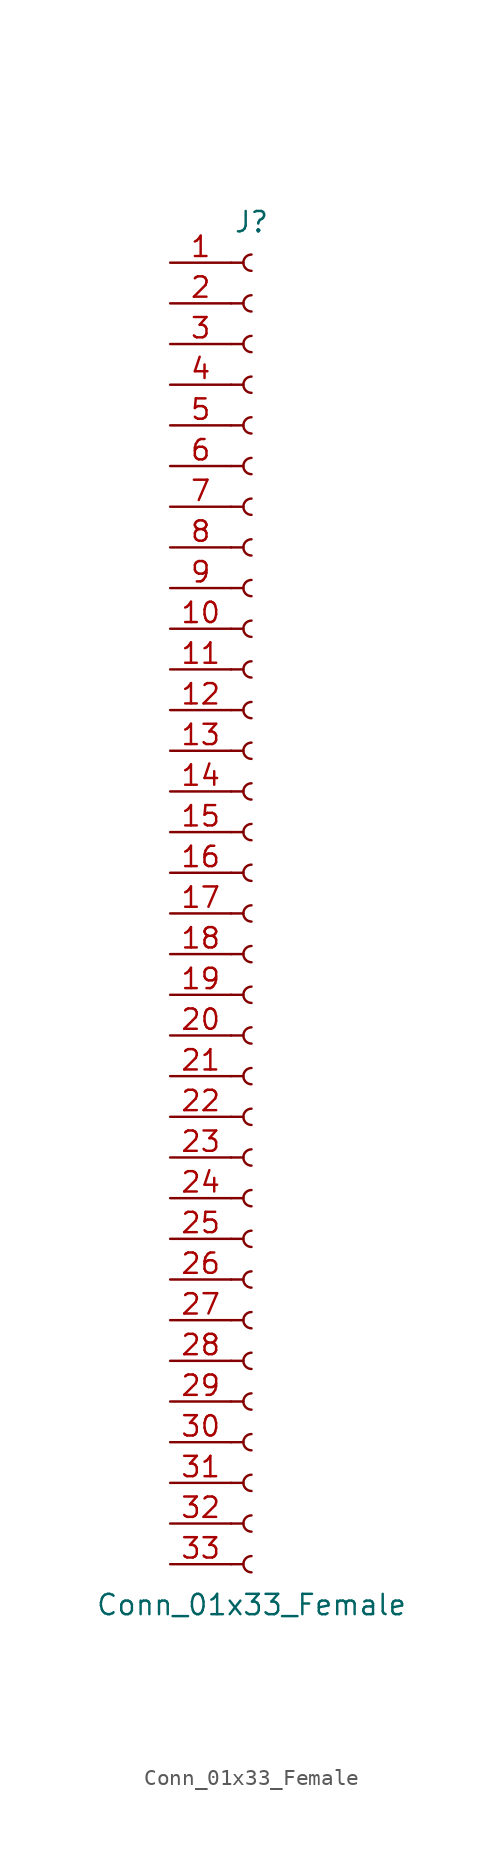
<source format=kicad_sym>
(kicad_symbol_lib
  (version 20201005)
  (generator kicad_symbol_editor)
  (symbol "Conn_01x33_Female"
    (pin_names
      (offset 1.016) hide)
    (property "Reference" "J"
      (at 0 43.18 0)
      (effects (font (size 1.27 1.27))))
    (property "Value" "Conn_01x33_Female"
      (at 0 -43.18 0)
      (effects (font (size 1.27 1.27))))
    (symbol "Conn_01x33_Female_1_1"
      (arc (start 0 -40.132) (end 0 -41.148) (radius (at 0 -40.64) (length 0.508) (angles 90.1 -90.1)) (stroke (width 0.1524)) (fill (type none)))
      (arc (start 0 -37.592) (end 0 -38.608) (radius (at 0 -38.1) (length 0.508) (angles 90.1 -90.1)) (stroke (width 0.1524)) (fill (type none)))
      (arc (start 0 -35.052) (end 0 -36.068) (radius (at 0 -35.56) (length 0.508) (angles 90.1 -90.1)) (stroke (width 0.1524)) (fill (type none)))
      (arc (start 0 -32.512) (end 0 -33.528) (radius (at 0 -33.02) (length 0.508) (angles 90.1 -90.1)) (stroke (width 0.1524)) (fill (type none)))
      (arc (start 0 -29.972) (end 0 -30.988) (radius (at 0 -30.48) (length 0.508) (angles 90.1 -90.1)) (stroke (width 0.1524)) (fill (type none)))
      (arc (start 0 -27.432) (end 0 -28.448) (radius (at 0 -27.94) (length 0.508) (angles 90.1 -90.1)) (stroke (width 0.1524)) (fill (type none)))
      (arc (start 0 -24.892) (end 0 -25.908) (radius (at 0 -25.4) (length 0.508) (angles 90.1 -90.1)) (stroke (width 0.1524)) (fill (type none)))
      (arc (start 0 -22.352) (end 0 -23.368) (radius (at 0 -22.86) (length 0.508) (angles 90.1 -90.1)) (stroke (width 0.1524)) (fill (type none)))
      (arc (start 0 -19.812) (end 0 -20.828) (radius (at 0 -20.32) (length 0.508) (angles 90.1 -90.1)) (stroke (width 0.1524)) (fill (type none)))
      (arc (start 0 -17.272) (end 0 -18.288) (radius (at 0 -17.78) (length 0.508) (angles 90.1 -90.1)) (stroke (width 0.1524)) (fill (type none)))
      (arc (start 0 -14.732) (end 0 -15.748) (radius (at 0 -15.24) (length 0.508) (angles 90.1 -90.1)) (stroke (width 0.1524)) (fill (type none)))
      (arc (start 0 -12.192) (end 0 -13.208) (radius (at 0 -12.7) (length 0.508) (angles 90.1 -90.1)) (stroke (width 0.1524)) (fill (type none)))
      (arc (start 0 -9.652) (end 0 -10.668) (radius (at 0 -10.16) (length 0.508) (angles 90.1 -90.1)) (stroke (width 0.1524)) (fill (type none)))
      (arc (start 0 -7.112) (end 0 -8.128) (radius (at 0 -7.62) (length 0.508) (angles 90.1 -90.1)) (stroke (width 0.1524)) (fill (type none)))
      (arc (start 0 -4.572) (end 0 -5.588) (radius (at 0 -5.08) (length 0.508) (angles 90.1 -90.1)) (stroke (width 0.1524)) (fill (type none)))
      (arc (start 0 -2.032) (end 0 -3.048) (radius (at 0 -2.54) (length 0.508) (angles 90.1 -90.1)) (stroke (width 0.1524)) (fill (type none)))
      (arc (start 0 0.508) (end 0 -0.508) (radius (at 0 0) (length 0.508) (angles 90.1 -90.1)) (stroke (width 0.1524)) (fill (type none)))
      (arc (start 0 3.048) (end 0 2.032) (radius (at 0 2.54) (length 0.508) (angles 90.1 -90.1)) (stroke (width 0.1524)) (fill (type none)))
      (arc (start 0 5.588) (end 0 4.572) (radius (at 0 5.08) (length 0.508) (angles 90.1 -90.1)) (stroke (width 0.1524)) (fill (type none)))
      (arc (start 0 8.128) (end 0 7.112) (radius (at 0 7.62) (length 0.508) (angles 90.1 -90.1)) (stroke (width 0.1524)) (fill (type none)))
      (arc (start 0 10.668) (end 0 9.652) (radius (at 0 10.16) (length 0.508) (angles 90.1 -90.1)) (stroke (width 0.1524)) (fill (type none)))
      (arc (start 0 13.208) (end 0 12.192) (radius (at 0 12.7) (length 0.508) (angles 90.1 -90.1)) (stroke (width 0.1524)) (fill (type none)))
      (arc (start 0 15.748) (end 0 14.732) (radius (at 0 15.24) (length 0.508) (angles 90.1 -90.1)) (stroke (width 0.1524)) (fill (type none)))
      (arc (start 0 18.288) (end 0 17.272) (radius (at 0 17.78) (length 0.508) (angles 90.1 -90.1)) (stroke (width 0.1524)) (fill (type none)))
      (arc (start 0 20.828) (end 0 19.812) (radius (at 0 20.32) (length 0.508) (angles 90.1 -90.1)) (stroke (width 0.1524)) (fill (type none)))
      (arc (start 0 23.368) (end 0 22.352) (radius (at 0 22.86) (length 0.508) (angles 90.1 -90.1)) (stroke (width 0.1524)) (fill (type none)))
      (arc (start 0 25.908) (end 0 24.892) (radius (at 0 25.4) (length 0.508) (angles 90.1 -90.1)) (stroke (width 0.1524)) (fill (type none)))
      (arc (start 0 28.448) (end 0 27.432) (radius (at 0 27.94) (length 0.508) (angles 90.1 -90.1)) (stroke (width 0.1524)) (fill (type none)))
      (arc (start 0 30.988) (end 0 29.972) (radius (at 0 30.48) (length 0.508) (angles 90.1 -90.1)) (stroke (width 0.1524)) (fill (type none)))
      (arc (start 0 33.528) (end 0 32.512) (radius (at 0 33.02) (length 0.508) (angles 90.1 -90.1)) (stroke (width 0.1524)) (fill (type none)))
      (arc (start 0 36.068) (end 0 35.052) (radius (at 0 35.56) (length 0.508) (angles 90.1 -90.1)) (stroke (width 0.1524)) (fill (type none)))
      (arc (start 0 38.608) (end 0 37.592) (radius (at 0 38.1) (length 0.508) (angles 90.1 -90.1)) (stroke (width 0.1524)) (fill (type none)))
      (arc (start 0 41.148) (end 0 40.132) (radius (at 0 40.64) (length 0.508) (angles 90.1 -90.1)) (stroke (width 0.1524)) (fill (type none)))
      (polyline (pts (xy -1.27 -40.64) (xy -0.508 -40.64)) (stroke (width 0.152)) (fill (type none)))
      (polyline (pts (xy -1.27 -38.1) (xy -0.508 -38.1)) (stroke (width 0.152)) (fill (type none)))
      (polyline (pts (xy -1.27 -35.56) (xy -0.508 -35.56)) (stroke (width 0.152)) (fill (type none)))
      (polyline (pts (xy -1.27 -33.02) (xy -0.508 -33.02)) (stroke (width 0.152)) (fill (type none)))
      (polyline (pts (xy -1.27 -30.48) (xy -0.508 -30.48)) (stroke (width 0.152)) (fill (type none)))
      (polyline (pts (xy -1.27 -27.94) (xy -0.508 -27.94)) (stroke (width 0.152)) (fill (type none)))
      (polyline (pts (xy -1.27 -25.4) (xy -0.508 -25.4)) (stroke (width 0.152)) (fill (type none)))
      (polyline (pts (xy -1.27 -22.86) (xy -0.508 -22.86)) (stroke (width 0.152)) (fill (type none)))
      (polyline (pts (xy -1.27 -20.32) (xy -0.508 -20.32)) (stroke (width 0.152)) (fill (type none)))
      (polyline (pts (xy -1.27 -17.78) (xy -0.508 -17.78)) (stroke (width 0.152)) (fill (type none)))
      (polyline (pts (xy -1.27 -15.24) (xy -0.508 -15.24)) (stroke (width 0.152)) (fill (type none)))
      (polyline (pts (xy -1.27 -12.7) (xy -0.508 -12.7)) (stroke (width 0.152)) (fill (type none)))
      (polyline (pts (xy -1.27 -10.16) (xy -0.508 -10.16)) (stroke (width 0.152)) (fill (type none)))
      (polyline (pts (xy -1.27 -7.62) (xy -0.508 -7.62)) (stroke (width 0.152)) (fill (type none)))
      (polyline (pts (xy -1.27 -5.08) (xy -0.508 -5.08)) (stroke (width 0.152)) (fill (type none)))
      (polyline (pts (xy -1.27 -2.54) (xy -0.508 -2.54)) (stroke (width 0.152)) (fill (type none)))
      (polyline (pts (xy -1.27 0) (xy -0.508 0)) (stroke (width 0.152)) (fill (type none)))
      (polyline (pts (xy -1.27 2.54) (xy -0.508 2.54)) (stroke (width 0.152)) (fill (type none)))
      (polyline (pts (xy -1.27 5.08) (xy -0.508 5.08)) (stroke (width 0.152)) (fill (type none)))
      (polyline (pts (xy -1.27 7.62) (xy -0.508 7.62)) (stroke (width 0.152)) (fill (type none)))
      (polyline (pts (xy -1.27 10.16) (xy -0.508 10.16)) (stroke (width 0.152)) (fill (type none)))
      (polyline (pts (xy -1.27 12.7) (xy -0.508 12.7)) (stroke (width 0.152)) (fill (type none)))
      (polyline (pts (xy -1.27 15.24) (xy -0.508 15.24)) (stroke (width 0.152)) (fill (type none)))
      (polyline (pts (xy -1.27 17.78) (xy -0.508 17.78)) (stroke (width 0.152)) (fill (type none)))
      (polyline (pts (xy -1.27 20.32) (xy -0.508 20.32)) (stroke (width 0.152)) (fill (type none)))
      (polyline (pts (xy -1.27 22.86) (xy -0.508 22.86)) (stroke (width 0.152)) (fill (type none)))
      (polyline (pts (xy -1.27 25.4) (xy -0.508 25.4)) (stroke (width 0.152)) (fill (type none)))
      (polyline (pts (xy -1.27 27.94) (xy -0.508 27.94)) (stroke (width 0.152)) (fill (type none)))
      (polyline (pts (xy -1.27 30.48) (xy -0.508 30.48)) (stroke (width 0.152)) (fill (type none)))
      (polyline (pts (xy -1.27 33.02) (xy -0.508 33.02)) (stroke (width 0.152)) (fill (type none)))
      (polyline (pts (xy -1.27 35.56) (xy -0.508 35.56)) (stroke (width 0.152)) (fill (type none)))
      (polyline (pts (xy -1.27 38.1) (xy -0.508 38.1)) (stroke (width 0.152)) (fill (type none)))
      (polyline (pts (xy -1.27 40.64) (xy -0.508 40.64)) (stroke (width 0.152)) (fill (type none)))
      (pin passive line (at -5.08 40.64 0) (length 3.81) (name "Pin_1" (effects (font (size 1.27 1.27)))) (number "1" (effects (font (size 1.27 1.27)))))
      (pin passive line (at -5.08 17.78 0) (length 3.81) (name "Pin_10" (effects (font (size 1.27 1.27)))) (number "10" (effects (font (size 1.27 1.27)))))
      (pin passive line (at -5.08 15.24 0) (length 3.81) (name "Pin_11" (effects (font (size 1.27 1.27)))) (number "11" (effects (font (size 1.27 1.27)))))
      (pin passive line (at -5.08 12.7 0) (length 3.81) (name "Pin_12" (effects (font (size 1.27 1.27)))) (number "12" (effects (font (size 1.27 1.27)))))
      (pin passive line (at -5.08 10.16 0) (length 3.81) (name "Pin_13" (effects (font (size 1.27 1.27)))) (number "13" (effects (font (size 1.27 1.27)))))
      (pin passive line (at -5.08 7.62 0) (length 3.81) (name "Pin_14" (effects (font (size 1.27 1.27)))) (number "14" (effects (font (size 1.27 1.27)))))
      (pin passive line (at -5.08 5.08 0) (length 3.81) (name "Pin_15" (effects (font (size 1.27 1.27)))) (number "15" (effects (font (size 1.27 1.27)))))
      (pin passive line (at -5.08 2.54 0) (length 3.81) (name "Pin_16" (effects (font (size 1.27 1.27)))) (number "16" (effects (font (size 1.27 1.27)))))
      (pin passive line (at -5.08 0 0) (length 3.81) (name "Pin_17" (effects (font (size 1.27 1.27)))) (number "17" (effects (font (size 1.27 1.27)))))
      (pin passive line (at -5.08 -2.54 0) (length 3.81) (name "Pin_18" (effects (font (size 1.27 1.27)))) (number "18" (effects (font (size 1.27 1.27)))))
      (pin passive line (at -5.08 -5.08 0) (length 3.81) (name "Pin_19" (effects (font (size 1.27 1.27)))) (number "19" (effects (font (size 1.27 1.27)))))
      (pin passive line (at -5.08 38.1 0) (length 3.81) (name "Pin_2" (effects (font (size 1.27 1.27)))) (number "2" (effects (font (size 1.27 1.27)))))
      (pin passive line (at -5.08 -7.62 0) (length 3.81) (name "Pin_20" (effects (font (size 1.27 1.27)))) (number "20" (effects (font (size 1.27 1.27)))))
      (pin passive line (at -5.08 -10.16 0) (length 3.81) (name "Pin_21" (effects (font (size 1.27 1.27)))) (number "21" (effects (font (size 1.27 1.27)))))
      (pin passive line (at -5.08 -12.7 0) (length 3.81) (name "Pin_22" (effects (font (size 1.27 1.27)))) (number "22" (effects (font (size 1.27 1.27)))))
      (pin passive line (at -5.08 -15.24 0) (length 3.81) (name "Pin_23" (effects (font (size 1.27 1.27)))) (number "23" (effects (font (size 1.27 1.27)))))
      (pin passive line (at -5.08 -17.78 0) (length 3.81) (name "Pin_24" (effects (font (size 1.27 1.27)))) (number "24" (effects (font (size 1.27 1.27)))))
      (pin passive line (at -5.08 -20.32 0) (length 3.81) (name "Pin_25" (effects (font (size 1.27 1.27)))) (number "25" (effects (font (size 1.27 1.27)))))
      (pin passive line (at -5.08 -22.86 0) (length 3.81) (name "Pin_26" (effects (font (size 1.27 1.27)))) (number "26" (effects (font (size 1.27 1.27)))))
      (pin passive line (at -5.08 -25.4 0) (length 3.81) (name "Pin_27" (effects (font (size 1.27 1.27)))) (number "27" (effects (font (size 1.27 1.27)))))
      (pin passive line (at -5.08 -27.94 0) (length 3.81) (name "Pin_28" (effects (font (size 1.27 1.27)))) (number "28" (effects (font (size 1.27 1.27)))))
      (pin passive line (at -5.08 -30.48 0) (length 3.81) (name "Pin_29" (effects (font (size 1.27 1.27)))) (number "29" (effects (font (size 1.27 1.27)))))
      (pin passive line (at -5.08 35.56 0) (length 3.81) (name "Pin_3" (effects (font (size 1.27 1.27)))) (number "3" (effects (font (size 1.27 1.27)))))
      (pin passive line (at -5.08 -33.02 0) (length 3.81) (name "Pin_30" (effects (font (size 1.27 1.27)))) (number "30" (effects (font (size 1.27 1.27)))))
      (pin passive line (at -5.08 -35.56 0) (length 3.81) (name "Pin_31" (effects (font (size 1.27 1.27)))) (number "31" (effects (font (size 1.27 1.27)))))
      (pin passive line (at -5.08 -38.1 0) (length 3.81) (name "Pin_32" (effects (font (size 1.27 1.27)))) (number "32" (effects (font (size 1.27 1.27)))))
      (pin passive line (at -5.08 -40.64 0) (length 3.81) (name "Pin_33" (effects (font (size 1.27 1.27)))) (number "33" (effects (font (size 1.27 1.27)))))
      (pin passive line (at -5.08 33.02 0) (length 3.81) (name "Pin_4" (effects (font (size 1.27 1.27)))) (number "4" (effects (font (size 1.27 1.27)))))
      (pin passive line (at -5.08 30.48 0) (length 3.81) (name "Pin_5" (effects (font (size 1.27 1.27)))) (number "5" (effects (font (size 1.27 1.27)))))
      (pin passive line (at -5.08 27.94 0) (length 3.81) (name "Pin_6" (effects (font (size 1.27 1.27)))) (number "6" (effects (font (size 1.27 1.27)))))
      (pin passive line (at -5.08 25.4 0) (length 3.81) (name "Pin_7" (effects (font (size 1.27 1.27)))) (number "7" (effects (font (size 1.27 1.27)))))
      (pin passive line (at -5.08 22.86 0) (length 3.81) (name "Pin_8" (effects (font (size 1.27 1.27)))) (number "8" (effects (font (size 1.27 1.27)))))
      (pin passive line (at -5.08 20.32 0) (length 3.81) (name "Pin_9" (effects (font (size 1.27 1.27)))) (number "9" (effects (font (size 1.27 1.27))))))))
</source>
